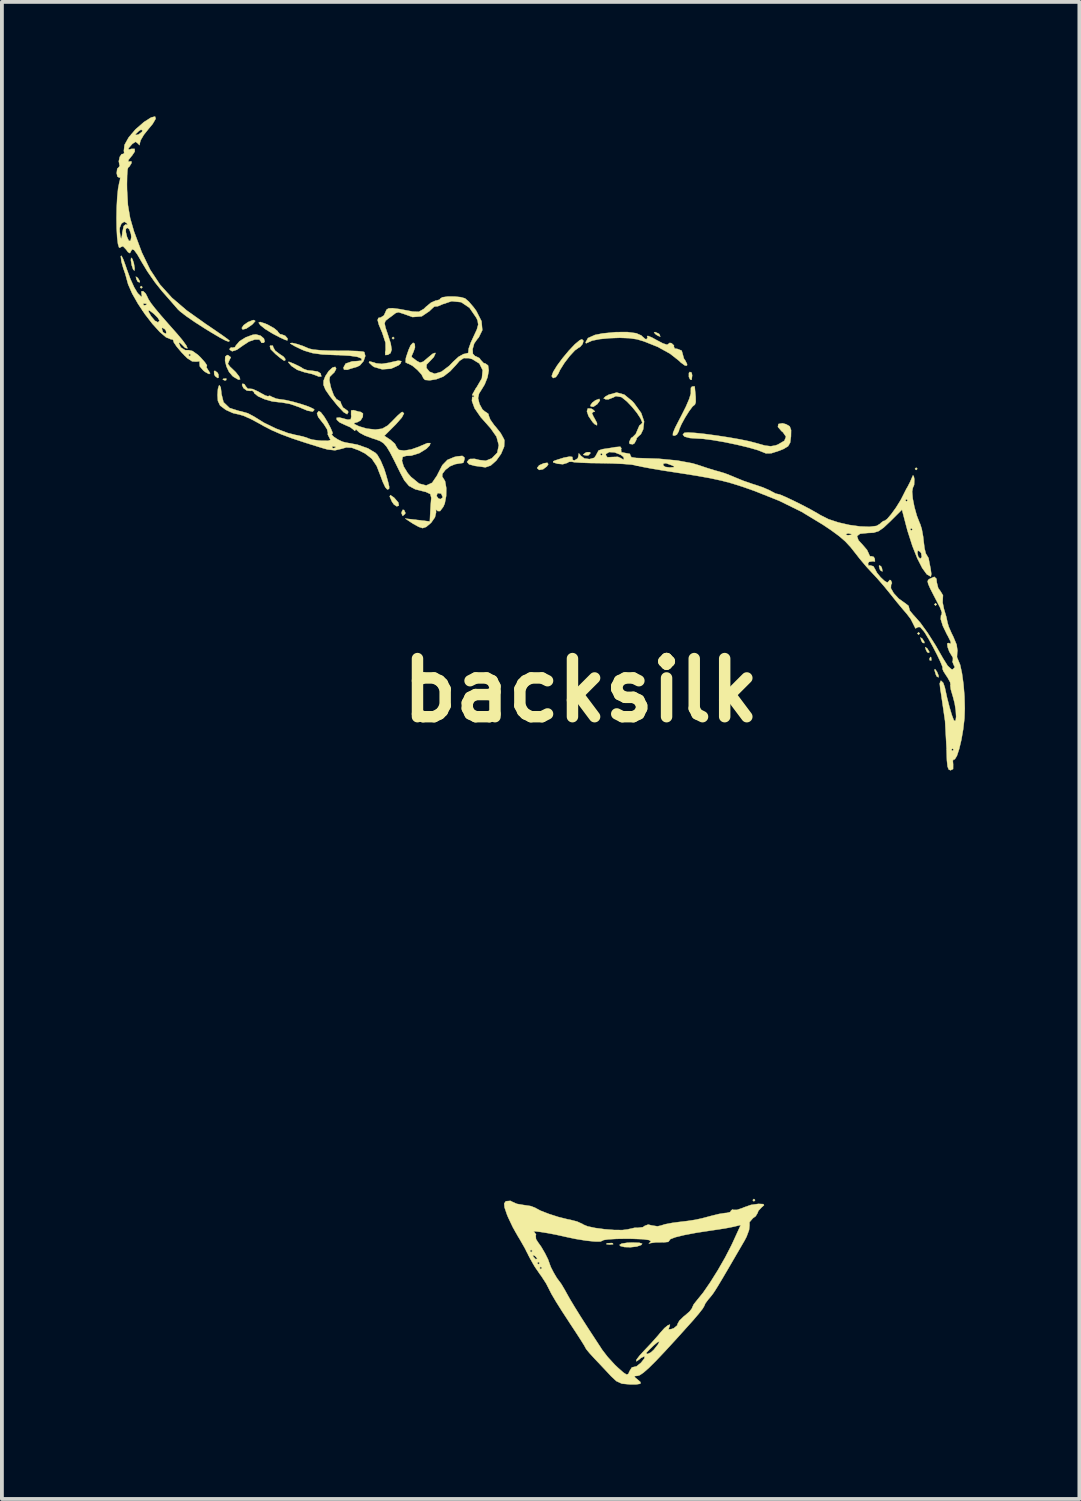
<source format=kicad_pcb>
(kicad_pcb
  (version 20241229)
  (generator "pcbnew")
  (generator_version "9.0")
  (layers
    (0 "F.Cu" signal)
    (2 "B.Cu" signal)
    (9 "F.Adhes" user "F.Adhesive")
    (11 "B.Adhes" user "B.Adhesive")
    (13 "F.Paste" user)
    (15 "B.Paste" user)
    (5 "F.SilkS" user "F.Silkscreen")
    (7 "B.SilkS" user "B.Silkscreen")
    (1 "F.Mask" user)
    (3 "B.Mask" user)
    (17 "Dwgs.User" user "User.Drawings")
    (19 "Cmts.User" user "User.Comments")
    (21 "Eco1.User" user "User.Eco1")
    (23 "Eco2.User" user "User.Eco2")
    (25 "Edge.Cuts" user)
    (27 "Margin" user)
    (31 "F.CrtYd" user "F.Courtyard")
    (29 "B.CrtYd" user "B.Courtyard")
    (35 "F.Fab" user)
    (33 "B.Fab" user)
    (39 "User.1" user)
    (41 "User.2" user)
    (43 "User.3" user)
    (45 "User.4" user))
  (footprint "backsilk"
    (layer "F.Cu")
    (at 12.179 15.054)
    (property "Reference" "backsilk" (at 0 0 0) (layer "F.SilkS") (effects (font (size 1.524 1.524) (thickness 0.3))))
    (attr through_hole)
    (fp_poly (pts (xy -11.493 -10.573) (xy -11.525 -10.541) (xy -11.557 -10.573) (xy -11.525 -10.604) (xy -11.493 -10.573)) (stroke (width 0.01) (type solid)) (fill yes) (layer "F.SilkS"))
    (fp_poly (pts (xy -4.889 -9.239) (xy -4.921 -9.207) (xy -4.953 -9.239) (xy -4.921 -9.271) (xy -4.889 -9.239)) (stroke (width 0.01) (type solid)) (fill yes) (layer "F.SilkS"))
    (fp_poly (pts (xy 4.572 13.367) (xy 4.54 13.399) (xy 4.508 13.367) (xy 4.54 13.335) (xy 4.572 13.367)) (stroke (width 0.01) (type solid)) (fill yes) (layer "F.SilkS"))
    (fp_poly (pts (xy 8.826 -5.81) (xy 8.795 -5.779) (xy 8.763 -5.81) (xy 8.795 -5.842) (xy 8.826 -5.81)) (stroke (width 0.01) (type solid)) (fill yes) (layer "F.SilkS"))
    (fp_poly (pts (xy 8.89 -1.492) (xy 8.858 -1.46) (xy 8.826 -1.492) (xy 8.858 -1.524) (xy 8.89 -1.492)) (stroke (width 0.01) (type solid)) (fill yes) (layer "F.SilkS"))
    (fp_poly (pts (xy 9.335 -2.254) (xy 9.303 -2.223) (xy 9.271 -2.254) (xy 9.303 -2.286) (xy 9.335 -2.254)) (stroke (width 0.01) (type solid)) (fill yes) (layer "F.SilkS"))
    (fp_poly (pts (xy -9.292 -8.17) (xy -9.301 -8.133) (xy -9.335 -8.128) (xy -9.387 -8.151) (xy -9.377 -8.17) (xy -9.301 -8.178) (xy -9.292 -8.17)) (stroke (width 0.01) (type solid)) (fill yes) (layer "F.SilkS"))
    (fp_poly (pts (xy 0.841 14.499) (xy 0.849 14.523) (xy 0.762 14.531) (xy 0.672 14.521) (xy 0.683 14.499) (xy 0.813 14.491) (xy 0.841 14.499)) (stroke (width 0.01) (type solid)) (fill yes) (layer "F.SilkS"))
    (fp_poly (pts (xy 9.186 -0.868) (xy 9.194 -0.792) (xy 9.186 -0.783) (xy 9.149 -0.792) (xy 9.144 -0.826) (xy 9.167 -0.878) (xy 9.186 -0.868)) (stroke (width 0.01) (type solid)) (fill yes) (layer "F.SilkS"))
    (fp_poly (pts (xy -11.621 -10.82) (xy -11.613 -10.812) (xy -11.562 -10.729) (xy -11.569 -10.698) (xy -11.617 -10.717) (xy -11.648 -10.776) (xy -11.668 -10.851) (xy -11.621 -10.82)) (stroke (width 0.01) (type solid)) (fill yes) (layer "F.SilkS"))
    (fp_poly (pts (xy -4.634 -4.73) (xy -4.598 -4.654) (xy -4.606 -4.631) (xy -4.668 -4.575) (xy -4.698 -4.639) (xy -4.699 -4.671) (xy -4.668 -4.736) (xy -4.634 -4.73)) (stroke (width 0.01) (type solid)) (fill yes) (layer "F.SilkS"))
    (fp_poly (pts (xy 2.05 -9.352) (xy 2.064 -9.335) (xy 2.086 -9.277) (xy 2.026 -9.299) (xy 1.968 -9.335) (xy 1.92 -9.385) (xy 1.949 -9.397) (xy 2.05 -9.352)) (stroke (width 0.01) (type solid)) (fill yes) (layer "F.SilkS"))
    (fp_poly (pts (xy 2.908 -8.331) (xy 2.921 -8.259) (xy 2.907 -8.144) (xy 2.869 -8.152) (xy 2.835 -8.221) (xy 2.836 -8.323) (xy 2.86 -8.352) (xy 2.908 -8.331)) (stroke (width 0.01) (type solid)) (fill yes) (layer "F.SilkS"))
    (fp_poly (pts (xy 7.872 -3.256) (xy 7.896 -3.209) (xy 7.912 -3.12) (xy 7.87 -3.137) (xy 7.84 -3.179) (xy 7.82 -3.262) (xy 7.828 -3.277) (xy 7.872 -3.256)) (stroke (width 0.01) (type solid)) (fill yes) (layer "F.SilkS"))
    (fp_poly (pts (xy 8.953 -1.359) (xy 8.961 -1.35) (xy 9.012 -1.267) (xy 9.005 -1.237) (xy 8.957 -1.256) (xy 8.926 -1.315) (xy 8.906 -1.389) (xy 8.953 -1.359)) (stroke (width 0.01) (type solid)) (fill yes) (layer "F.SilkS"))
    (fp_poly (pts (xy 9.08 -1.105) (xy 9.088 -1.096) (xy 9.139 -1.013) (xy 9.132 -0.983) (xy 9.085 -1.002) (xy 9.053 -1.061) (xy 9.033 -1.135) (xy 9.08 -1.105)) (stroke (width 0.01) (type solid)) (fill yes) (layer "F.SilkS"))
    (fp_poly (pts (xy 9.342 -0.487) (xy 9.384 -0.382) (xy 9.38 -0.342) (xy 9.337 -0.364) (xy 9.311 -0.415) (xy 9.275 -0.536) (xy 9.289 -0.56) (xy 9.342 -0.487)) (stroke (width 0.01) (type solid)) (fill yes) (layer "F.SilkS"))
    (fp_poly (pts (xy -11.757 -11.313) (xy -11.72 -11.203) (xy -11.698 -11.07) (xy -11.705 -11.007) (xy -11.738 -11.039) (xy -11.775 -11.149) (xy -11.797 -11.282) (xy -11.79 -11.345) (xy -11.757 -11.313)) (stroke (width 0.01) (type solid)) (fill yes) (layer "F.SilkS"))
    (fp_poly (pts (xy -9.526 -8.332) (xy -9.502 -8.287) (xy -9.497 -8.205) (xy -9.52 -8.191) (xy -9.588 -8.242) (xy -9.611 -8.287) (xy -9.616 -8.369) (xy -9.593 -8.382) (xy -9.526 -8.332)) (stroke (width 0.01) (type solid)) (fill yes) (layer "F.SilkS"))
    (fp_poly (pts (xy 0.254 -6.221) (xy 0.203 -6.166) (xy 0.159 -6.16) (xy 0.074 -6.173) (xy 0.064 -6.184) (xy 0.113 -6.225) (xy 0.159 -6.246) (xy 0.241 -6.247) (xy 0.254 -6.221)) (stroke (width 0.01) (type solid)) (fill yes) (layer "F.SilkS"))
    (fp_poly (pts (xy 0.503 -7.603) (xy 0.432 -7.506) (xy 0.33 -7.437) (xy 0.262 -7.447) (xy 0.254 -7.478) (xy 0.302 -7.545) (xy 0.381 -7.605) (xy 0.484 -7.645) (xy 0.503 -7.603)) (stroke (width 0.01) (type solid)) (fill yes) (layer "F.SilkS"))
    (fp_poly (pts (xy -4.9 -5.058) (xy -4.889 -5.048) (xy -4.785 -4.928) (xy -4.77 -4.847) (xy -4.824 -4.826) (xy -4.899 -4.875) (xy -4.951 -4.949) (xy -5.01 -5.084) (xy -4.993 -5.122) (xy -4.9 -5.058)) (stroke (width 0.01) (type solid)) (fill yes) (layer "F.SilkS"))
    (fp_poly (pts (xy -0.852 -5.932) (xy -0.889 -5.874) (xy -0.989 -5.799) (xy -1.09 -5.781) (xy -1.142 -5.826) (xy -1.143 -5.835) (xy -1.09 -5.903) (xy -0.968 -5.956) (xy -0.876 -5.969) (xy -0.852 -5.932)) (stroke (width 0.01) (type solid)) (fill yes) (layer "F.SilkS"))
    (fp_poly (pts (xy -8.534 -9.686) (xy -8.604 -9.606) (xy -8.627 -9.586) (xy -8.772 -9.487) (xy -8.866 -9.464) (xy -8.89 -9.502) (xy -8.839 -9.578) (xy -8.724 -9.659) (xy -8.601 -9.708) (xy -8.572 -9.711) (xy -8.534 -9.686)) (stroke (width 0.01) (type solid)) (fill yes) (layer "F.SilkS"))
    (fp_poly (pts (xy 1.539 14.486) (xy 1.611 14.509) (xy 1.587 14.541) (xy 1.469 14.583) (xy 1.307 14.601) (xy 1.148 14.597) (xy 1.039 14.57) (xy 1.016 14.541) (xy 1.073 14.506) (xy 1.22 14.484) (xy 1.349 14.479) (xy 1.539 14.486)) (stroke (width 0.01) (type solid)) (fill yes) (layer "F.SilkS"))
    (fp_poly (pts (xy -8.074 -9.039) (xy -8.065 -9) (xy -8.014 -8.908) (xy -7.906 -8.826) (xy -7.79 -8.748) (xy -7.747 -8.689) (xy -7.755 -8.647) (xy -7.794 -8.654) (xy -7.888 -8.724) (xy -7.999 -8.816) (xy -8.133 -8.949) (xy -8.153 -9.029) (xy -8.139 -9.042) (xy -8.074 -9.039)) (stroke (width 0.01) (type solid)) (fill yes) (layer "F.SilkS"))
    (fp_poly (pts (xy 0.273 -7.389) (xy 0.321 -7.363) (xy 0.372 -7.314) (xy 0.332 -7.303) (xy 0.292 -7.273) (xy 0.337 -7.172) (xy 0.356 -7.142) (xy 0.426 -7.01) (xy 0.425 -6.951) (xy 0.362 -6.983) (xy 0.31 -7.037) (xy 0.203 -7.194) (xy 0.161 -7.321) (xy 0.185 -7.394) (xy 0.273 -7.389)) (stroke (width 0.01) (type solid)) (fill yes) (layer "F.SilkS"))
    (fp_poly (pts (xy -4.704 -8.634) (xy -4.727 -8.572) (xy -4.778 -8.525) (xy -4.975 -8.436) (xy -5.208 -8.42) (xy -5.416 -8.48) (xy -5.461 -8.509) (xy -5.555 -8.598) (xy -5.539 -8.628) (xy -5.417 -8.596) (xy -5.366 -8.577) (xy -5.219 -8.562) (xy -5.016 -8.594) (xy -4.969 -8.607) (xy -4.787 -8.647) (xy -4.704 -8.634)) (stroke (width 0.01) (type solid)) (fill yes) (layer "F.SilkS"))
    (fp_poly (pts (xy -9.246 -8.789) (xy -9.177 -8.736) (xy -9.215 -8.658) (xy -9.254 -8.564) (xy -9.2 -8.491) (xy -9.048 -8.346) (xy -8.957 -8.229) (xy -8.931 -8.157) (xy -8.975 -8.147) (xy -9.093 -8.215) (xy -9.13 -8.242) (xy -9.223 -8.351) (xy -9.291 -8.495) (xy -9.327 -8.64) (xy -9.323 -8.751) (xy -9.272 -8.794) (xy -9.246 -8.789)) (stroke (width 0.01) (type solid)) (fill yes) (layer "F.SilkS"))
    (fp_poly (pts (xy -8.277 -9.62) (xy -8.191 -9.581) (xy -8.038 -9.494) (xy -7.948 -9.419) (xy -7.938 -9.397) (xy -7.886 -9.341) (xy -7.846 -9.335) (xy -7.752 -9.3) (xy -7.689 -9.229) (xy -7.693 -9.177) (xy -7.755 -9.194) (xy -7.897 -9.26) (xy -8.08 -9.356) (xy -8.277 -9.477) (xy -8.401 -9.577) (xy -8.447 -9.642) (xy -8.408 -9.661) (xy -8.277 -9.62)) (stroke (width 0.01) (type solid)) (fill yes) (layer "F.SilkS"))
    (fp_poly (pts (xy -7.543 -8.574) (xy -7.524 -8.566) (xy -7.372 -8.494) (xy -7.274 -8.434) (xy -7.274 -8.433) (xy -7.17 -8.395) (xy -7.04 -8.382) (xy -6.897 -8.36) (xy -6.824 -8.314) (xy -6.802 -8.232) (xy -6.871 -8.229) (xy -6.922 -8.252) (xy -7.047 -8.297) (xy -7.225 -8.339) (xy -7.246 -8.343) (xy -7.436 -8.407) (xy -7.586 -8.507) (xy -7.594 -8.516) (xy -7.669 -8.603) (xy -7.657 -8.619) (xy -7.543 -8.574)) (stroke (width 0.01) (type solid)) (fill yes) (layer "F.SilkS"))
    (fp_poly (pts (xy 0.071 -9.168) (xy 0.048 -9.084) (xy -0.018 -9.006) (xy -0.054 -8.988) (xy -0.155 -8.915) (xy -0.29 -8.769) (xy -0.429 -8.587) (xy -0.543 -8.405) (xy -0.591 -8.303) (xy -0.652 -8.217) (xy -0.725 -8.19) (xy -0.762 -8.24) (xy -0.762 -8.243) (xy -0.722 -8.354) (xy -0.618 -8.522) (xy -0.473 -8.717) (xy -0.311 -8.911) (xy -0.155 -9.076) (xy -0.028 -9.182) (xy 0.031 -9.207) (xy 0.071 -9.168)) (stroke (width 0.01) (type solid)) (fill yes) (layer "F.SilkS"))
    (fp_poly (pts (xy -8.398 -9.302) (xy -8.309 -9.228) (xy -8.288 -9.148) (xy -8.315 -9.114) (xy -8.376 -9.116) (xy -8.382 -9.14) (xy -8.43 -9.201) (xy -8.548 -9.201) (xy -8.702 -9.147) (xy -8.852 -9.049) (xy -9.016 -8.933) (xy -9.141 -8.892) (xy -9.204 -8.931) (xy -9.207 -8.957) (xy -9.169 -8.995) (xy -9.144 -8.985) (xy -9.071 -8.999) (xy -9.041 -9.047) (xy -8.947 -9.157) (xy -8.783 -9.259) (xy -8.601 -9.325) (xy -8.52 -9.335) (xy -8.398 -9.302)) (stroke (width 0.01) (type solid)) (fill yes) (layer "F.SilkS"))
    (fp_poly (pts (xy 2.989 -7.957) (xy 2.997 -7.863) (xy 3.012 -7.706) (xy 3.013 -7.699) (xy 3.015 -7.559) (xy 2.993 -7.494) (xy 2.99 -7.493) (xy 2.929 -7.442) (xy 2.835 -7.314) (xy 2.731 -7.147) (xy 2.639 -6.978) (xy 2.581 -6.844) (xy 2.572 -6.8) (xy 2.519 -6.706) (xy 2.457 -6.679) (xy 2.415 -6.689) (xy 2.42 -6.756) (xy 2.478 -6.894) (xy 2.595 -7.122) (xy 2.633 -7.194) (xy 2.756 -7.438) (xy 2.845 -7.646) (xy 2.887 -7.788) (xy 2.886 -7.827) (xy 2.888 -7.934) (xy 2.917 -7.967) (xy 2.981 -7.974) (xy 2.989 -7.957)) (stroke (width 0.01) (type solid)) (fill yes) (layer "F.SilkS"))
    (fp_poly (pts (xy -6.413 -8.435) (xy -6.46 -8.343) (xy -6.519 -8.287) (xy -6.58 -8.225) (xy -6.593 -8.138) (xy -6.562 -7.984) (xy -6.543 -7.915) (xy -6.477 -7.737) (xy -6.404 -7.634) (xy -6.373 -7.62) (xy -6.297 -7.569) (xy -6.287 -7.523) (xy -6.235 -7.417) (xy -6.191 -7.389) (xy -6.107 -7.327) (xy -6.096 -7.296) (xy -6.127 -7.242) (xy -6.22 -7.297) (xy -6.372 -7.46) (xy -6.382 -7.471) (xy -6.575 -7.711) (xy -6.693 -7.882) (xy -6.746 -8.01) (xy -6.744 -8.12) (xy -6.699 -8.237) (xy -6.698 -8.239) (xy -6.609 -8.374) (xy -6.513 -8.463) (xy -6.439 -8.485) (xy -6.413 -8.435)) (stroke (width 0.01) (type solid)) (fill yes) (layer "F.SilkS"))
    (fp_poly (pts (xy 1.141 -7.756) (xy 1.349 -7.586) (xy 1.397 -7.533) (xy 1.584 -7.275) (xy 1.661 -7.051) (xy 1.637 -6.846) (xy 1.576 -6.719) (xy 1.518 -6.668) (xy 1.466 -6.616) (xy 1.46 -6.579) (xy 1.409 -6.481) (xy 1.365 -6.454) (xy 1.283 -6.464) (xy 1.27 -6.513) (xy 1.321 -6.618) (xy 1.36 -6.642) (xy 1.443 -6.725) (xy 1.488 -6.831) (xy 1.539 -6.948) (xy 1.589 -6.985) (xy 1.614 -7.026) (xy 1.568 -7.132) (xy 1.474 -7.276) (xy 1.348 -7.432) (xy 1.212 -7.575) (xy 1.084 -7.679) (xy 1.06 -7.693) (xy 0.919 -7.717) (xy 0.856 -7.683) (xy 0.721 -7.631) (xy 0.654 -7.633) (xy 0.599 -7.659) (xy 0.647 -7.706) (xy 0.734 -7.754) (xy 0.942 -7.811) (xy 1.141 -7.756)) (stroke (width 0.01) (type solid)) (fill yes) (layer "F.SilkS"))
    (fp_poly (pts (xy -8.818 -8.029) (xy -8.79 -7.979) (xy -8.729 -7.908) (xy -8.692 -7.911) (xy -8.606 -7.903) (xy -8.463 -7.839) (xy -8.413 -7.81) (xy -8.277 -7.735) (xy -8.199 -7.711) (xy -8.191 -7.718) (xy -8.152 -7.727) (xy -8.112 -7.703) (xy -7.986 -7.65) (xy -7.893 -7.635) (xy -7.737 -7.613) (xy -7.535 -7.566) (xy -7.323 -7.505) (xy -7.138 -7.442) (xy -7.015 -7.386) (xy -6.985 -7.358) (xy -7.029 -7.311) (xy -7.166 -7.336) (xy -7.398 -7.433) (xy -7.622 -7.511) (xy -7.853 -7.553) (xy -7.896 -7.555) (xy -8.09 -7.578) (xy -8.291 -7.636) (xy -8.461 -7.712) (xy -8.561 -7.792) (xy -8.572 -7.825) (xy -8.619 -7.862) (xy -8.663 -7.853) (xy -8.758 -7.863) (xy -8.846 -7.929) (xy -8.883 -8.01) (xy -8.869 -8.043) (xy -8.818 -8.029)) (stroke (width 0.01) (type solid)) (fill yes) (layer "F.SilkS"))
    (fp_poly (pts (xy -7.443 -9.083) (xy -7.287 -9.032) (xy -7.144 -8.97) (xy -7.134 -8.965) (xy -7.02 -8.938) (xy -6.814 -8.918) (xy -6.547 -8.907) (xy -6.364 -8.906) (xy -6.089 -8.905) (xy -5.864 -8.898) (xy -5.717 -8.884) (xy -5.677 -8.873) (xy -5.65 -8.769) (xy -5.696 -8.635) (xy -5.792 -8.523) (xy -5.867 -8.485) (xy -6.03 -8.438) (xy -6.122 -8.407) (xy -6.208 -8.412) (xy -6.223 -8.464) (xy -6.165 -8.57) (xy -5.998 -8.627) (xy -5.856 -8.636) (xy -5.746 -8.648) (xy -5.748 -8.693) (xy -5.764 -8.71) (xy -5.865 -8.748) (xy -6.07 -8.777) (xy -6.354 -8.793) (xy -6.428 -8.794) (xy -6.774 -8.809) (xy -7.034 -8.845) (xy -7.248 -8.909) (xy -7.318 -8.939) (xy -7.488 -9.02) (xy -7.598 -9.083) (xy -7.62 -9.104) (xy -7.568 -9.112) (xy -7.443 -9.083)) (stroke (width 0.01) (type solid)) (fill yes) (layer "F.SilkS"))
    (fp_poly (pts (xy 5.385 -6.979) (xy 5.479 -6.924) (xy 5.515 -6.827) (xy 5.512 -6.66) (xy 5.491 -6.498) (xy 5.436 -6.402) (xy 5.313 -6.329) (xy 5.204 -6.285) (xy 4.996 -6.218) (xy 4.856 -6.215) (xy 4.794 -6.24) (xy 4.641 -6.301) (xy 4.396 -6.371) (xy 4.096 -6.443) (xy 3.775 -6.51) (xy 3.467 -6.563) (xy 3.208 -6.597) (xy 3.078 -6.604) (xy 2.861 -6.618) (xy 2.721 -6.655) (xy 2.676 -6.708) (xy 2.716 -6.754) (xy 2.808 -6.763) (xy 2.996 -6.752) (xy 3.253 -6.725) (xy 3.552 -6.685) (xy 3.865 -6.637) (xy 4.164 -6.585) (xy 4.421 -6.532) (xy 4.6 -6.485) (xy 4.827 -6.421) (xy 4.981 -6.402) (xy 5.107 -6.424) (xy 5.17 -6.447) (xy 5.339 -6.546) (xy 5.382 -6.652) (xy 5.302 -6.769) (xy 5.263 -6.8) (xy 5.169 -6.91) (xy 5.183 -6.986) (xy 5.29 -7.005) (xy 5.385 -6.979)) (stroke (width 0.01) (type solid)) (fill yes) (layer "F.SilkS"))
    (fp_poly (pts (xy 1.454 -9.366) (xy 1.59 -9.306) (xy 1.607 -9.287) (xy 1.691 -9.215) (xy 1.721 -9.207) (xy 1.753 -9.248) (xy 1.738 -9.284) (xy 1.76 -9.297) (xy 1.865 -9.254) (xy 1.989 -9.186) (xy 2.151 -9.101) (xy 2.259 -9.065) (xy 2.286 -9.076) (xy 2.332 -9.113) (xy 2.381 -9.104) (xy 2.445 -9.044) (xy 2.441 -9.01) (xy 2.464 -8.965) (xy 2.536 -8.954) (xy 2.646 -8.91) (xy 2.667 -8.839) (xy 2.704 -8.702) (xy 2.738 -8.654) (xy 2.788 -8.556) (xy 2.785 -8.519) (xy 2.733 -8.519) (xy 2.626 -8.596) (xy 2.572 -8.648) (xy 2.336 -8.833) (xy 2.016 -9.009) (xy 1.656 -9.153) (xy 1.475 -9.207) (xy 1.276 -9.236) (xy 1.021 -9.246) (xy 0.747 -9.236) (xy 0.493 -9.211) (xy 0.298 -9.172) (xy 0.208 -9.132) (xy 0.138 -9.101) (xy 0.127 -9.128) (xy 0.189 -9.239) (xy 0.372 -9.321) (xy 0.572 -9.361) (xy 0.921 -9.395) (xy 1.222 -9.397) (xy 1.454 -9.366)) (stroke (width 0.01) (type solid)) (fill yes) (layer "F.SilkS"))
    (fp_poly (pts (xy -9.441 -7.945) (xy -9.424 -7.808) (xy -9.423 -7.778) (xy -9.368 -7.558) (xy -9.209 -7.405) (xy -8.954 -7.325) (xy -8.926 -7.322) (xy -8.73 -7.267) (xy -8.565 -7.179) (xy -8.304 -7.017) (xy -7.991 -6.865) (xy -7.681 -6.749) (xy -7.477 -6.698) (xy -7.295 -6.66) (xy -7.166 -6.619) (xy -7.144 -6.607) (xy -7.045 -6.576) (xy -6.873 -6.553) (xy -6.795 -6.547) (xy -6.624 -6.546) (xy -6.562 -6.568) (xy -6.583 -6.608) (xy -6.634 -6.711) (xy -6.63 -6.755) (xy -6.651 -6.845) (xy -6.735 -6.978) (xy -6.762 -7.011) (xy -6.884 -7.168) (xy -6.917 -7.265) (xy -6.871 -7.326) (xy -6.816 -7.293) (xy -6.725 -7.174) (xy -6.646 -7.044) (xy -6.557 -6.875) (xy -6.51 -6.762) (xy -6.51 -6.731) (xy -6.533 -6.707) (xy -6.475 -6.649) (xy -6.371 -6.58) (xy -6.252 -6.523) (xy -6.169 -6.501) (xy -5.855 -6.443) (xy -5.581 -6.347) (xy -5.382 -6.227) (xy -5.335 -6.178) (xy -5.247 -6.027) (xy -5.157 -5.814) (xy -5.115 -5.685) (xy -5.053 -5.466) (xy -5.024 -5.342) (xy -5.027 -5.286) (xy -5.059 -5.271) (xy -5.075 -5.271) (xy -5.125 -5.326) (xy -5.192 -5.468) (xy -5.242 -5.604) (xy -5.351 -5.885) (xy -5.479 -6.076) (xy -5.658 -6.214) (xy -5.816 -6.294) (xy -6.005 -6.364) (xy -6.148 -6.372) (xy -6.271 -6.336) (xy -6.445 -6.296) (xy -6.636 -6.317) (xy -6.742 -6.346) (xy -6.892 -6.392) (xy -6.519 -6.392) (xy -6.511 -6.355) (xy -6.477 -6.35) (xy -6.425 -6.373) (xy -6.435 -6.392) (xy -6.51 -6.4) (xy -6.519 -6.392) (xy -6.892 -6.392) (xy -7.204 -6.489) (xy -7.567 -6.609) (xy -7.857 -6.717) (xy -8.097 -6.821) (xy -8.312 -6.931) (xy -8.407 -6.986) (xy -8.631 -7.107) (xy -8.828 -7.196) (xy -8.962 -7.238) (xy -8.976 -7.239) (xy -9.12 -7.272) (xy -9.295 -7.351) (xy -9.319 -7.365) (xy -9.457 -7.469) (xy -9.515 -7.591) (xy -9.525 -7.746) (xy -9.514 -7.906) (xy -9.486 -7.994) (xy -9.474 -8.001) (xy -9.441 -7.945)) (stroke (width 0.01) (type solid)) (fill yes) (layer "F.SilkS"))
    (fp_poly (pts (xy -11.997 -11.304) (xy -11.932 -11.127) (xy -11.904 -11.044) (xy -11.812 -10.792) (xy -11.711 -10.57) (xy -11.622 -10.421) (xy -11.611 -10.409) (xy -11.524 -10.323) (xy -11.506 -10.341) (xy -11.513 -10.366) (xy -11.523 -10.46) (xy -11.478 -10.471) (xy -11.411 -10.408) (xy -11.372 -10.333) (xy -11.335 -10.254) (xy -11.272 -10.157) (xy -11.17 -10.025) (xy -11.018 -9.843) (xy -10.801 -9.595) (xy -10.584 -9.35) (xy -10.44 -9.178) (xy -10.343 -9.043) (xy -10.313 -8.971) (xy -10.315 -8.968) (xy -10.375 -8.983) (xy -10.444 -9.053) (xy -10.514 -9.12) (xy -10.539 -9.104) (xy -10.489 -8.994) (xy -10.374 -8.922) (xy -10.277 -8.922) (xy -10.182 -8.9) (xy -10.042 -8.801) (xy -9.971 -8.733) (xy -9.857 -8.605) (xy -9.802 -8.524) (xy -9.806 -8.509) (xy -9.815 -8.47) (xy -9.778 -8.412) (xy -9.718 -8.316) (xy -9.747 -8.295) (xy -9.85 -8.351) (xy -9.895 -8.386) (xy -9.99 -8.497) (xy -9.996 -8.581) (xy -9.996 -8.631) (xy -10.083 -8.621) (xy -10.19 -8.628) (xy -10.319 -8.712) (xy -10.401 -8.795) (xy -10.287 -8.795) (xy -10.255 -8.763) (xy -10.223 -8.795) (xy -10.255 -8.826) (xy -10.287 -8.795) (xy -10.401 -8.795) (xy -10.467 -8.862) (xy -10.595 -9.014) (xy -10.672 -9.128) (xy -10.682 -9.172) (xy -10.701 -9.202) (xy -10.748 -9.207) (xy -10.876 -9.26) (xy -11.043 -9.403) (xy -11.117 -9.485) (xy -10.986 -9.485) (xy -10.954 -9.392) (xy -10.891 -9.355) (xy -10.868 -9.367) (xy -10.877 -9.433) (xy -10.91 -9.475) (xy -10.974 -9.511) (xy -10.986 -9.485) (xy -11.117 -9.485) (xy -11.233 -9.613) (xy -11.428 -9.865) (xy -11.498 -9.97) (xy -11.337 -9.97) (xy -11.33 -9.924) (xy -11.268 -9.815) (xy -11.265 -9.811) (xy -11.167 -9.693) (xy -11.085 -9.65) (xy -11.049 -9.695) (xy -11.049 -9.701) (xy -11.093 -9.773) (xy -11.19 -9.871) (xy -11.292 -9.95) (xy -11.337 -9.97) (xy -11.498 -9.97) (xy -11.61 -10.138) (xy -11.611 -10.139) (xy -11.472 -10.139) (xy -11.464 -10.101) (xy -11.43 -10.097) (xy -11.378 -10.12) (xy -11.388 -10.139) (xy -11.463 -10.146) (xy -11.472 -10.139) (xy -11.611 -10.139) (xy -11.763 -10.406) (xy -11.869 -10.648) (xy -11.901 -10.763) (xy -11.943 -10.918) (xy -11.996 -11.069) (xy -12.046 -11.248) (xy -12.062 -11.387) (xy -12.044 -11.397) (xy -11.997 -11.304)) (stroke (width 0.01) (type solid)) (fill yes) (layer "F.SilkS"))
    (fp_poly (pts (xy -5.938 -7.343) (xy -5.815 -7.308) (xy -5.773 -7.303) (xy -5.711 -7.262) (xy -5.716 -7.172) (xy -5.774 -7.079) (xy -5.858 -7.033) (xy -5.945 -7.011) (xy -5.932 -6.981) (xy -5.81 -6.923) (xy -5.611 -6.865) (xy -5.39 -6.84) (xy -5.382 -6.84) (xy -5.206 -6.863) (xy -5.059 -6.948) (xy -4.933 -7.072) (xy -4.802 -7.206) (xy -4.706 -7.289) (xy -4.679 -7.303) (xy -4.635 -7.265) (xy -4.692 -7.156) (xy -4.848 -6.978) (xy -4.893 -6.933) (xy -5.151 -6.675) (xy -4.988 -6.569) (xy -4.873 -6.467) (xy -4.826 -6.374) (xy -4.773 -6.307) (xy -4.636 -6.288) (xy -4.446 -6.318) (xy -4.234 -6.393) (xy -4.188 -6.415) (xy -4.021 -6.485) (xy -3.943 -6.485) (xy -3.963 -6.422) (xy -4.048 -6.336) (xy -4.232 -6.222) (xy -4.446 -6.156) (xy -4.58 -6.15) (xy -4.67 -6.122) (xy -4.689 -6.02) (xy -4.643 -5.87) (xy -4.538 -5.698) (xy -4.453 -5.599) (xy -4.239 -5.424) (xy -4.054 -5.373) (xy -3.898 -5.444) (xy -3.766 -5.639) (xy -3.751 -5.673) (xy -3.631 -5.905) (xy -3.497 -6.044) (xy -3.315 -6.12) (xy -3.248 -6.135) (xy -3.107 -6.15) (xy -3.052 -6.11) (xy -3.048 -6.072) (xy -3.072 -5.98) (xy -3.096 -5.964) (xy -3.19 -5.95) (xy -3.295 -5.932) (xy -3.429 -5.877) (xy -3.55 -5.783) (xy -3.628 -5.68) (xy -3.634 -5.601) (xy -3.62 -5.588) (xy -3.558 -5.486) (xy -3.527 -5.307) (xy -3.53 -5.098) (xy -3.566 -4.904) (xy -3.604 -4.816) (xy -3.689 -4.703) (xy -3.751 -4.702) (xy -3.763 -4.716) (xy -3.799 -4.741) (xy -3.794 -4.667) (xy -3.824 -4.539) (xy -3.924 -4.396) (xy -4.053 -4.287) (xy -4.147 -4.255) (xy -4.247 -4.288) (xy -4.393 -4.368) (xy -4.413 -4.381) (xy -4.603 -4.506) (xy -3.958 -4.43) (xy -3.946 -4.676) (xy -3.934 -4.872) (xy -3.921 -5.032) (xy -3.919 -5.048) (xy -3.933 -5.101) (xy -3.783 -5.101) (xy -3.732 -5.032) (xy -3.679 -5.016) (xy -3.621 -5.059) (xy -3.619 -5.069) (xy -3.661 -5.161) (xy -3.747 -5.174) (xy -3.756 -5.169) (xy -3.783 -5.101) (xy -3.933 -5.101) (xy -3.944 -5.149) (xy -4.066 -5.206) (xy -4.096 -5.212) (xy -4.341 -5.274) (xy -4.504 -5.362) (xy -4.626 -5.507) (xy -4.732 -5.705) (xy -4.887 -6.02) (xy -5.001 -6.241) (xy -5.09 -6.388) (xy -5.17 -6.48) (xy -5.256 -6.537) (xy -5.365 -6.579) (xy -5.462 -6.609) (xy -5.657 -6.681) (xy -5.802 -6.758) (xy -5.846 -6.799) (xy -5.895 -6.846) (xy -5.905 -6.826) (xy -5.931 -6.806) (xy -5.954 -6.833) (xy -6.044 -6.901) (xy -6.187 -6.964) (xy -6.322 -7.027) (xy -6.398 -7.097) (xy -6.403 -7.148) (xy -6.325 -7.155) (xy -6.278 -7.143) (xy -6.109 -7.099) (xy -6.031 -7.109) (xy -6.017 -7.183) (xy -6.022 -7.232) (xy -6.021 -7.339) (xy -5.959 -7.35) (xy -5.938 -7.343)) (stroke (width 0.01) (type solid)) (fill yes) (layer "F.SilkS"))
    (fp_poly (pts (xy -11.147 -14.99) (xy -11.226 -14.854) (xy -11.33 -14.729) (xy -11.459 -14.567) (xy -11.542 -14.425) (xy -11.558 -14.367) (xy -11.571 -14.297) (xy -11.612 -14.34) (xy -11.671 -14.387) (xy -11.754 -14.335) (xy -11.77 -14.319) (xy -11.862 -14.214) (xy -11.851 -14.181) (xy -11.779 -14.201) (xy -11.699 -14.201) (xy -11.695 -14.131) (xy -11.768 -14.022) (xy -11.779 -14.011) (xy -11.857 -13.914) (xy -11.869 -13.859) (xy -11.812 -13.874) (xy -11.776 -13.864) (xy -11.787 -13.815) (xy -11.842 -13.729) (xy -11.867 -13.716) (xy -11.885 -13.657) (xy -11.896 -13.499) (xy -11.9 -13.271) (xy -11.898 -13.129) (xy -11.875 -12.728) (xy -11.816 -12.382) (xy -11.715 -12.033) (xy -11.51 -11.485) (xy -11.291 -11.031) (xy -11.036 -10.644) (xy -10.723 -10.297) (xy -10.332 -9.963) (xy -9.842 -9.614) (xy -9.842 -9.614) (xy -9.597 -9.448) (xy -9.396 -9.309) (xy -9.259 -9.21) (xy -9.208 -9.167) (xy -9.207 -9.167) (xy -9.23 -9.146) (xy -9.306 -9.17) (xy -9.45 -9.245) (xy -9.676 -9.378) (xy -9.874 -9.5) (xy -10.125 -9.661) (xy -10.345 -9.813) (xy -10.504 -9.936) (xy -10.563 -9.991) (xy -10.665 -10.109) (xy -10.817 -10.283) (xy -10.975 -10.462) (xy -11.164 -10.699) (xy -11.362 -10.984) (xy -11.506 -11.222) (xy -11.63 -11.436) (xy -11.712 -11.547) (xy -11.763 -11.567) (xy -11.784 -11.536) (xy -11.823 -11.465) (xy -11.872 -11.493) (xy -11.922 -11.561) (xy -12.005 -11.648) (xy -12.063 -11.624) (xy -12.067 -11.617) (xy -12.105 -11.609) (xy -12.135 -11.704) (xy -12.157 -11.88) (xy -12.166 -12.05) (xy -12.092 -12.05) (xy -12.069 -11.885) (xy -12.049 -11.847) (xy -12.029 -11.933) (xy -12.019 -12.019) (xy -12 -12.106) (xy -11.929 -12.106) (xy -11.929 -12.019) (xy -11.898 -11.891) (xy -11.849 -11.787) (xy -11.804 -11.792) (xy -11.786 -11.888) (xy -11.795 -11.968) (xy -11.837 -12.088) (xy -11.882 -12.129) (xy -11.929 -12.106) (xy -12 -12.106) (xy -11.986 -12.176) (xy -11.934 -12.22) (xy -11.924 -12.215) (xy -11.885 -12.211) (xy -11.902 -12.249) (xy -11.973 -12.29) (xy -12.046 -12.24) (xy -12.09 -12.128) (xy -12.092 -12.05) (xy -12.166 -12.05) (xy -12.17 -12.113) (xy -12.174 -12.381) (xy -12.169 -12.66) (xy -12.155 -12.927) (xy -12.132 -13.159) (xy -12.098 -13.333) (xy -12.085 -13.375) (xy -12.076 -13.448) (xy -12.102 -13.447) (xy -12.149 -13.472) (xy -12.169 -13.563) (xy -12.155 -13.679) (xy -12.118 -13.716) (xy -12.087 -13.755) (xy -12.097 -13.78) (xy -12.114 -13.876) (xy -12.089 -13.989) (xy -12.04 -14.063) (xy -12.003 -14.066) (xy -11.973 -14.088) (xy -11.981 -14.153) (xy -11.963 -14.306) (xy -11.855 -14.5) (xy -11.798 -14.567) (xy -11.684 -14.567) (xy -11.636 -14.567) (xy -11.589 -14.582) (xy -11.505 -14.649) (xy -11.493 -14.683) (xy -11.531 -14.704) (xy -11.589 -14.668) (xy -11.668 -14.593) (xy -11.684 -14.567) (xy -11.798 -14.567) (xy -11.677 -14.71) (xy -11.454 -14.904) (xy -11.267 -15.023) (xy -11.163 -15.049) (xy -11.147 -14.99)) (stroke (width 0.01) (type solid)) (fill yes) (layer "F.SilkS"))
    (fp_poly (pts (xy -3.148 -10.312) (xy -3.035 -10.28) (xy -2.936 -10.195) (xy -2.808 -10.045) (xy -2.74 -9.952) (xy -2.603 -9.682) (xy -2.582 -9.446) (xy -2.678 -9.251) (xy -2.709 -9.219) (xy -2.795 -9.096) (xy -2.836 -8.95) (xy -2.829 -8.825) (xy -2.769 -8.764) (xy -2.756 -8.763) (xy -2.654 -8.712) (xy -2.626 -8.668) (xy -2.547 -8.583) (xy -2.501 -8.572) (xy -2.431 -8.521) (xy -2.413 -8.39) (xy -2.444 -8.213) (xy -2.519 -8.025) (xy -2.571 -7.938) (xy -2.668 -7.782) (xy -2.694 -7.665) (xy -2.661 -7.53) (xy -2.653 -7.506) (xy -2.579 -7.369) (xy -2.502 -7.303) (xy -2.494 -7.303) (xy -2.423 -7.251) (xy -2.413 -7.204) (xy -2.372 -7.099) (xy -2.27 -6.955) (xy -2.226 -6.905) (xy -2.098 -6.743) (xy -2.013 -6.588) (xy -2.002 -6.555) (xy -2.01 -6.391) (xy -2.09 -6.203) (xy -2.215 -6.027) (xy -2.36 -5.898) (xy -2.499 -5.85) (xy -2.52 -5.852) (xy -2.614 -5.866) (xy -2.771 -5.887) (xy -2.778 -5.888) (xy -2.929 -5.929) (xy -2.984 -5.991) (xy -2.93 -6.056) (xy -2.901 -6.069) (xy -2.781 -6.072) (xy -2.663 -6.042) (xy -2.49 -6.022) (xy -2.334 -6.085) (xy -2.19 -6.232) (xy -2.149 -6.429) (xy -2.209 -6.652) (xy -2.365 -6.874) (xy -2.623 -7.165) (xy -2.784 -7.398) (xy -2.854 -7.591) (xy -2.845 -7.703) (xy -2.826 -7.684) (xy -2.794 -7.715) (xy -2.826 -7.747) (xy -2.843 -7.73) (xy -2.841 -7.761) (xy -2.749 -7.926) (xy -2.727 -7.954) (xy -2.593 -8.184) (xy -2.572 -8.397) (xy -2.659 -8.572) (xy -2.847 -8.688) (xy -2.937 -8.712) (xy -3.068 -8.714) (xy -3.178 -8.643) (xy -3.273 -8.532) (xy -3.425 -8.369) (xy -3.591 -8.239) (xy -3.62 -8.223) (xy -3.79 -8.159) (xy -3.959 -8.131) (xy -4.084 -8.142) (xy -4.128 -8.189) (xy -4.174 -8.283) (xy -4.284 -8.404) (xy -4.416 -8.514) (xy -4.525 -8.571) (xy -4.539 -8.572) (xy -4.594 -8.603) (xy -4.586 -8.712) (xy -4.573 -8.758) (xy -4.514 -8.931) (xy -4.46 -9.052) (xy -4.396 -9.117) (xy -4.354 -9.088) (xy -4.347 -8.996) (xy -4.384 -8.886) (xy -4.431 -8.779) (xy -4.434 -8.74) (xy -4.373 -8.696) (xy -4.3 -8.64) (xy -4.215 -8.595) (xy -4.131 -8.62) (xy -4.005 -8.727) (xy -3.998 -8.733) (xy -3.884 -8.827) (xy -3.817 -8.852) (xy -3.81 -8.838) (xy -3.854 -8.742) (xy -3.937 -8.653) (xy -4.043 -8.543) (xy -4.046 -8.454) (xy -3.967 -8.357) (xy -3.831 -8.303) (xy -3.653 -8.357) (xy -3.447 -8.513) (xy -3.344 -8.62) (xy -3.203 -8.749) (xy -3.072 -8.821) (xy -3.038 -8.826) (xy -2.952 -8.849) (xy -2.947 -8.881) (xy -2.939 -8.963) (xy -2.884 -9.119) (xy -2.816 -9.267) (xy -2.725 -9.463) (xy -2.689 -9.592) (xy -2.704 -9.695) (xy -2.736 -9.768) (xy -2.918 -10.033) (xy -3.136 -10.18) (xy -3.384 -10.206) (xy -3.623 -10.127) (xy -3.748 -10.073) (xy -3.809 -10.068) (xy -3.81 -10.072) (xy -3.847 -10.06) (xy -3.939 -9.975) (xy -3.966 -9.947) (xy -4.17 -9.809) (xy -4.41 -9.79) (xy -4.631 -9.869) (xy -4.779 -9.917) (xy -4.853 -9.896) (xy -4.958 -9.815) (xy -5.048 -9.75) (xy -5.12 -9.692) (xy -5.144 -9.626) (xy -5.121 -9.514) (xy -5.064 -9.347) (xy -4.984 -9.097) (xy -4.959 -8.937) (xy -4.988 -8.845) (xy -5.055 -8.801) (xy -5.125 -8.794) (xy -5.129 -8.871) (xy -5.117 -8.924) (xy -5.12 -9.117) (xy -5.203 -9.371) (xy -5.205 -9.377) (xy -5.294 -9.589) (xy -5.327 -9.711) (xy -5.307 -9.767) (xy -5.246 -9.779) (xy -5.162 -9.832) (xy -5.123 -9.915) (xy -5.095 -9.981) (xy -5.041 -10.017) (xy -4.936 -10.023) (xy -4.758 -10) (xy -4.484 -9.949) (xy -4.409 -9.934) (xy -4.248 -9.928) (xy -4.116 -10.003) (xy -4.06 -10.058) (xy -3.925 -10.169) (xy -3.804 -10.222) (xy -3.794 -10.222) (xy -3.7 -10.247) (xy -3.683 -10.275) (xy -3.627 -10.309) (xy -3.49 -10.328) (xy -3.316 -10.329) (xy -3.148 -10.312)) (stroke (width 0.01) (type solid)) (fill yes) (layer "F.SilkS"))
    (fp_poly (pts (xy -1.793 13.412) (xy -1.675 13.464) (xy -1.501 13.494) (xy -1.491 13.495) (xy -1.318 13.521) (xy -1.196 13.566) (xy -1.192 13.57) (xy -1.053 13.644) (xy -0.836 13.728) (xy -0.584 13.809) (xy -0.343 13.869) (xy -0.286 13.879) (xy -0.098 13.927) (xy 0.044 13.991) (xy 0.064 14.006) (xy 0.177 14.053) (xy 0.377 14.096) (xy 0.623 14.129) (xy 0.875 14.149) (xy 1.094 14.151) (xy 1.239 14.132) (xy 1.25 14.128) (xy 1.411 14.092) (xy 1.502 14.091) (xy 1.629 14.075) (xy 1.679 14.04) (xy 1.768 14.007) (xy 1.863 14.03) (xy 2.012 14.053) (xy 2.099 14.034) (xy 2.21 13.999) (xy 2.4 13.963) (xy 2.549 13.943) (xy 2.814 13.911) (xy 3.008 13.881) (xy 3.185 13.842) (xy 3.4 13.785) (xy 3.429 13.777) (xy 3.626 13.729) (xy 3.785 13.704) (xy 3.826 13.702) (xy 3.92 13.678) (xy 3.937 13.645) (xy 3.976 13.611) (xy 4.001 13.621) (xy 4.096 13.622) (xy 4.244 13.572) (xy 4.265 13.561) (xy 4.465 13.491) (xy 4.661 13.464) (xy 4.789 13.471) (xy 4.805 13.5) (xy 4.747 13.55) (xy 4.657 13.647) (xy 4.636 13.705) (xy 4.586 13.788) (xy 4.514 13.84) (xy 4.424 13.945) (xy 4.425 14.026) (xy 4.413 14.149) (xy 4.347 14.326) (xy 4.296 14.424) (xy 4.051 14.845) (xy 3.862 15.17) (xy 3.718 15.415) (xy 3.612 15.592) (xy 3.535 15.717) (xy 3.478 15.804) (xy 3.431 15.867) (xy 3.387 15.92) (xy 3.35 15.963) (xy 3.266 16.075) (xy 3.239 16.14) (xy 3.199 16.209) (xy 3.094 16.344) (xy 2.945 16.519) (xy 2.911 16.557) (xy 2.526 16.985) (xy 2.214 17.325) (xy 1.969 17.584) (xy 1.781 17.77) (xy 1.643 17.891) (xy 1.547 17.956) (xy 1.493 17.973) (xy 1.405 17.981) (xy 1.429 18.022) (xy 1.476 18.059) (xy 1.566 18.138) (xy 1.562 18.181) (xy 1.454 18.198) (xy 1.288 18.198) (xy 1.079 18.179) (xy 0.933 18.112) (xy 0.796 17.984) (xy 0.632 17.808) (xy 0.442 17.607) (xy 0.365 17.526) (xy 0.233 17.382) (xy 0.147 17.278) (xy 0.127 17.245) (xy 0.094 17.183) (xy 0.003 17.037) (xy -0.132 16.828) (xy -0.298 16.576) (xy -0.319 16.543) (xy -0.496 16.272) (xy -0.651 16.025) (xy -0.767 15.828) (xy -0.828 15.709) (xy -0.829 15.706) (xy -0.909 15.55) (xy -1.03 15.364) (xy -1.07 15.31) (xy -1.183 15.145) (xy -1.079 15.145) (xy -1.048 15.177) (xy -1.016 15.145) (xy -1.048 15.113) (xy -1.079 15.145) (xy -1.183 15.145) (xy -1.213 15.101) (xy -1.26 15.018) (xy -1.143 15.018) (xy -1.111 15.05) (xy -1.079 15.018) (xy -1.111 14.986) (xy -1.143 15.018) (xy -1.26 15.018) (xy -1.341 14.875) (xy -1.361 14.833) (xy -1.371 14.814) (xy -1.26 14.814) (xy -1.244 14.849) (xy -1.18 14.917) (xy -1.144 14.903) (xy -1.143 14.894) (xy -1.188 14.841) (xy -1.216 14.821) (xy -1.26 14.814) (xy -1.371 14.814) (xy -1.429 14.7) (xy -1.333 14.7) (xy -1.302 14.732) (xy -1.27 14.7) (xy -1.302 14.668) (xy -1.333 14.7) (xy -1.429 14.7) (xy -1.469 14.621) (xy -1.603 14.387) (xy -1.649 14.312) (xy -1.719 14.188) (xy -1.242 14.188) (xy -1.222 14.202) (xy -1.172 14.267) (xy -1.181 14.297) (xy -1.174 14.388) (xy -1.125 14.466) (xy -1.038 14.588) (xy -0.94 14.756) (xy -0.858 14.92) (xy -0.819 15.03) (xy -0.818 15.033) (xy -0.784 15.124) (xy -0.71 15.268) (xy -0.627 15.408) (xy -0.565 15.492) (xy -0.562 15.494) (xy -0.511 15.564) (xy -0.425 15.709) (xy -0.368 15.812) (xy -0.278 15.972) (xy -0.157 16.173) (xy 0.004 16.432) (xy 0.216 16.762) (xy 0.488 17.178) (xy 0.56 17.289) (xy 0.706 17.479) (xy 0.891 17.681) (xy 0.973 17.759) (xy 1.12 17.889) (xy 1.202 17.941) (xy 1.247 17.924) (xy 1.28 17.849) (xy 1.339 17.754) (xy 1.387 17.742) (xy 1.463 17.724) (xy 1.575 17.634) (xy 1.589 17.619) (xy 1.669 17.516) (xy 1.674 17.464) (xy 1.666 17.462) (xy 1.569 17.509) (xy 1.556 17.526) (xy 1.473 17.587) (xy 1.454 17.59) (xy 1.462 17.549) (xy 1.542 17.444) (xy 1.602 17.379) (xy 1.714 17.379) (xy 1.753 17.402) (xy 1.841 17.358) (xy 1.917 17.288) (xy 2.028 17.146) (xy 2.061 17.076) (xy 2.017 17.088) (xy 1.915 17.173) (xy 1.793 17.291) (xy 1.722 17.367) (xy 1.714 17.379) (xy 1.602 17.379) (xy 1.664 17.311) (xy 1.843 17.122) (xy 2.011 16.933) (xy 2.093 16.835) (xy 2.196 16.721) (xy 2.286 16.648) (xy 2.339 16.63) (xy 2.329 16.681) (xy 2.318 16.701) (xy 2.301 16.757) (xy 2.372 16.749) (xy 2.44 16.725) (xy 2.527 16.653) (xy 2.54 16.61) (xy 2.587 16.526) (xy 2.703 16.414) (xy 2.731 16.393) (xy 2.855 16.285) (xy 2.919 16.199) (xy 2.921 16.188) (xy 2.961 16.1) (xy 3.054 15.983) (xy 3.208 15.794) (xy 3.395 15.522) (xy 3.595 15.203) (xy 3.786 14.87) (xy 3.948 14.556) (xy 3.981 14.486) (xy 4.195 14.018) (xy 4.018 14.061) (xy 3.861 14.093) (xy 3.633 14.131) (xy 3.429 14.161) (xy 3.034 14.221) (xy 2.713 14.282) (xy 2.48 14.339) (xy 2.347 14.39) (xy 2.324 14.425) (xy 2.294 14.461) (xy 2.174 14.473) (xy 2.148 14.472) (xy 1.972 14.473) (xy 1.843 14.491) (xy 1.841 14.491) (xy 1.783 14.504) (xy 1.794 14.494) (xy 1.843 14.447) (xy 1.791 14.413) (xy 1.629 14.391) (xy 1.351 14.38) (xy 1.206 14.378) (xy 0.94 14.382) (xy 0.728 14.394) (xy 0.599 14.413) (xy 0.572 14.428) (xy 0.514 14.453) (xy 0.359 14.451) (xy 0.133 14.427) (xy -0.138 14.383) (xy -0.427 14.322) (xy -0.445 14.317) (xy -0.655 14.271) (xy -0.866 14.231) (xy -1.053 14.201) (xy -1.187 14.185) (xy -1.242 14.188) (xy -1.719 14.188) (xy -1.782 14.076) (xy -1.905 13.817) (xy -1.935 13.744) (xy -1.998 13.559) (xy -2.008 13.455) (xy -1.968 13.399) (xy -1.963 13.395) (xy -1.843 13.385) (xy -1.793 13.412)) (stroke (width 0.01) (type solid)) (fill yes) (layer "F.SilkS"))
    (fp_poly (pts (xy 1.065 -6.348) (xy 1.056 -6.318) (xy 1.064 -6.245) (xy 1.177 -6.223) (xy 1.18 -6.223) (xy 1.287 -6.203) (xy 1.302 -6.16) (xy 1.328 -6.115) (xy 1.454 -6.095) (xy 1.473 -6.094) (xy 2.042 -6.075) (xy 2.533 -6.028) (xy 2.927 -5.955) (xy 3.091 -5.906) (xy 3.318 -5.83) (xy 3.518 -5.768) (xy 3.619 -5.741) (xy 3.779 -5.693) (xy 3.979 -5.614) (xy 4.032 -5.591) (xy 4.264 -5.496) (xy 4.519 -5.408) (xy 4.572 -5.392) (xy 4.779 -5.322) (xy 4.954 -5.245) (xy 4.997 -5.221) (xy 5.108 -5.162) (xy 5.156 -5.151) (xy 5.22 -5.136) (xy 5.366 -5.074) (xy 5.567 -4.98) (xy 5.792 -4.868) (xy 6.012 -4.753) (xy 6.199 -4.648) (xy 6.287 -4.595) (xy 6.495 -4.49) (xy 6.756 -4.404) (xy 7.04 -4.339) (xy 7.321 -4.3) (xy 7.57 -4.29) (xy 7.758 -4.314) (xy 7.858 -4.375) (xy 7.863 -4.386) (xy 7.936 -4.442) (xy 7.964 -4.445) (xy 8.034 -4.495) (xy 8.143 -4.623) (xy 8.268 -4.796) (xy 8.384 -4.983) (xy 8.386 -4.985) (xy 8.509 -4.985) (xy 8.541 -4.953) (xy 8.572 -4.985) (xy 8.541 -5.016) (xy 8.509 -4.985) (xy 8.386 -4.985) (xy 8.467 -5.144) (xy 8.538 -5.285) (xy 8.568 -5.334) (xy 8.64 -5.475) (xy 8.674 -5.556) (xy 8.712 -5.641) (xy 8.734 -5.609) (xy 8.747 -5.537) (xy 8.741 -5.389) (xy 8.707 -5.311) (xy 8.689 -5.212) (xy 8.705 -5.031) (xy 8.749 -4.808) (xy 8.812 -4.582) (xy 8.886 -4.392) (xy 8.901 -4.361) (xy 8.942 -4.231) (xy 8.978 -4.032) (xy 8.99 -3.92) (xy 9.014 -3.728) (xy 9.046 -3.594) (xy 9.065 -3.56) (xy 9.12 -3.469) (xy 9.121 -3.461) (xy 9.14 -3.359) (xy 9.172 -3.198) (xy 9.174 -3.191) (xy 9.192 -3.052) (xy 9.18 -2.985) (xy 9.176 -2.985) (xy 9.074 -3.044) (xy 8.954 -3.209) (xy 8.825 -3.463) (xy 8.766 -3.611) (xy 8.826 -3.611) (xy 8.85 -3.503) (xy 8.9 -3.454) (xy 8.943 -3.494) (xy 8.926 -3.599) (xy 8.897 -3.638) (xy 8.839 -3.668) (xy 8.826 -3.611) (xy 8.766 -3.611) (xy 8.696 -3.788) (xy 8.575 -4.165) (xy 8.559 -4.223) (xy 8.636 -4.223) (xy 8.668 -4.191) (xy 8.7 -4.223) (xy 8.668 -4.255) (xy 8.636 -4.223) (xy 8.559 -4.223) (xy 8.532 -4.322) (xy 8.423 -4.739) (xy 8.116 -4.433) (xy 7.94 -4.267) (xy 7.807 -4.175) (xy 7.676 -4.135) (xy 7.524 -4.128) (xy 7.324 -4.108) (xy 7.244 -4.046) (xy 7.281 -3.938) (xy 7.398 -3.81) (xy 7.506 -3.684) (xy 7.556 -3.579) (xy 7.556 -3.573) (xy 7.587 -3.514) (xy 7.613 -3.52) (xy 7.68 -3.502) (xy 7.709 -3.453) (xy 7.714 -3.38) (xy 7.658 -3.386) (xy 7.56 -3.371) (xy 7.533 -3.333) (xy 7.54 -3.272) (xy 7.586 -3.278) (xy 7.672 -3.255) (xy 7.711 -3.19) (xy 7.768 -3.083) (xy 7.861 -2.968) (xy 7.961 -2.874) (xy 8.038 -2.828) (xy 8.065 -2.85) (xy 8.103 -2.897) (xy 8.131 -2.887) (xy 8.161 -2.814) (xy 8.137 -2.772) (xy 8.132 -2.679) (xy 8.208 -2.546) (xy 8.339 -2.405) (xy 8.499 -2.291) (xy 8.502 -2.29) (xy 8.595 -2.217) (xy 8.608 -2.165) (xy 8.628 -2.092) (xy 8.719 -1.981) (xy 8.736 -1.964) (xy 8.9 -1.779) (xy 9.097 -1.507) (xy 9.306 -1.178) (xy 9.495 -0.847) (xy 9.622 -0.644) (xy 9.722 -0.554) (xy 9.758 -0.553) (xy 9.81 -0.61) (xy 9.781 -0.664) (xy 9.746 -0.753) (xy 9.757 -0.782) (xy 9.759 -0.858) (xy 9.732 -0.903) (xy 9.664 -1.016) (xy 9.62 -1.137) (xy 9.609 -1.227) (xy 9.642 -1.244) (xy 9.645 -1.242) (xy 9.705 -1.221) (xy 9.7 -1.276) (xy 9.629 -1.421) (xy 9.599 -1.474) (xy 9.494 -1.692) (xy 9.44 -1.866) (xy 9.446 -1.968) (xy 9.462 -1.981) (xy 9.47 -2.043) (xy 9.423 -2.171) (xy 9.408 -2.2) (xy 9.26 -2.483) (xy 9.163 -2.673) (xy 9.111 -2.792) (xy 9.096 -2.86) (xy 9.111 -2.898) (xy 9.149 -2.925) (xy 9.15 -2.926) (xy 9.271 -2.979) (xy 9.326 -2.928) (xy 9.335 -2.834) (xy 9.374 -2.681) (xy 9.433 -2.601) (xy 9.498 -2.493) (xy 9.494 -2.425) (xy 9.489 -2.305) (xy 9.524 -2.133) (xy 9.533 -2.104) (xy 9.585 -1.928) (xy 9.614 -1.793) (xy 9.616 -1.781) (xy 9.649 -1.669) (xy 9.724 -1.497) (xy 9.768 -1.409) (xy 9.856 -1.198) (xy 9.878 -1.036) (xy 9.872 -1.009) (xy 9.865 -0.872) (xy 9.892 -0.807) (xy 9.947 -0.675) (xy 9.996 -0.449) (xy 10.036 -0.16) (xy 10.062 0.159) (xy 10.07 0.475) (xy 10.061 0.733) (xy 10.028 1.019) (xy 9.98 1.296) (xy 9.923 1.536) (xy 9.864 1.715) (xy 9.808 1.807) (xy 9.781 1.811) (xy 9.756 1.841) (xy 9.764 1.939) (xy 9.763 2.062) (xy 9.696 2.095) (xy 9.648 2.074) (xy 9.618 1.994) (xy 9.601 1.833) (xy 9.593 1.569) (xy 9.593 1.556) (xy 9.716 1.556) (xy 9.747 1.587) (xy 9.779 1.556) (xy 9.747 1.524) (xy 9.716 1.556) (xy 9.593 1.556) (xy 9.593 1.54) (xy 9.553 0.805) (xy 9.443 0.052) (xy 9.43 -0.016) (xy 9.413 -0.182) (xy 9.44 -0.253) (xy 9.447 -0.254) (xy 9.504 -0.199) (xy 9.546 -0.079) (xy 9.604 0.186) (xy 9.669 0.439) (xy 9.73 0.646) (xy 9.78 0.776) (xy 9.795 0.799) (xy 9.83 0.79) (xy 9.843 0.69) (xy 9.834 0.531) (xy 9.806 0.346) (xy 9.761 0.169) (xy 9.752 0.141) (xy 9.704 -0.024) (xy 9.69 -0.132) (xy 9.696 -0.149) (xy 9.685 -0.217) (xy 9.615 -0.343) (xy 9.591 -0.377) (xy 9.511 -0.501) (xy 9.485 -0.568) (xy 9.49 -0.572) (xy 9.484 -0.622) (xy 9.43 -0.753) (xy 9.342 -0.937) (xy 9.236 -1.142) (xy 9.127 -1.341) (xy 9.029 -1.504) (xy 9 -1.546) (xy 8.9 -1.66) (xy 8.834 -1.661) (xy 8.825 -1.648) (xy 8.776 -1.626) (xy 8.731 -1.717) (xy 8.653 -1.871) (xy 8.549 -2.008) (xy 8.441 -2.133) (xy 8.288 -2.317) (xy 8.128 -2.517) (xy 7.952 -2.733) (xy 7.775 -2.937) (xy 7.646 -3.075) (xy 7.49 -3.244) (xy 7.314 -3.453) (xy 7.234 -3.556) (xy 7.078 -3.754) (xy 6.935 -3.908) (xy 6.773 -4.048) (xy 6.731 -4.079) (xy 6.949 -4.079) (xy 7.011 -4.069) (xy 7.094 -4.081) (xy 7.095 -4.102) (xy 7.01 -4.118) (xy 6.973 -4.107) (xy 6.949 -4.079) (xy 6.731 -4.079) (xy 6.56 -4.204) (xy 6.35 -4.345) (xy 5.792 -4.683) (xy 5.202 -4.973) (xy 4.559 -5.229) (xy 4.242 -5.341) (xy 3.963 -5.429) (xy 3.692 -5.501) (xy 3.396 -5.565) (xy 3.045 -5.628) (xy 2.608 -5.697) (xy 2.477 -5.717) (xy 2.147 -5.768) (xy 1.85 -5.818) (xy 1.616 -5.862) (xy 1.473 -5.894) (xy 1.458 -5.899) (xy 1.42 -5.905) (xy 2.159 -5.905) (xy 2.214 -5.861) (xy 2.334 -5.846) (xy 2.447 -5.854) (xy 2.443 -5.877) (xy 2.381 -5.905) (xy 2.233 -5.958) (xy 2.168 -5.946) (xy 2.159 -5.905) (xy 1.42 -5.905) (xy 1.332 -5.921) (xy 1.111 -5.939) (xy 0.827 -5.952) (xy 0.546 -5.958) (xy 0.25 -5.962) (xy 0.003 -5.971) (xy -0.169 -5.983) (xy -0.239 -5.997) (xy -0.31 -5.993) (xy -0.353 -5.966) (xy -0.47 -5.931) (xy -0.609 -5.944) (xy -0.723 -5.979) (xy -0.723 -6.008) (xy -0.663 -6.033) (xy -0.445 -6.102) (xy -0.289 -6.132) (xy -0.218 -6.121) (xy -0.221 -6.099) (xy -0.208 -6.042) (xy -0.162 -6.032) (xy -0.078 -6.085) (xy -0.062 -6.144) (xy -0.051 -6.217) (xy -0.011 -6.171) (xy -0.003 -6.157) (xy 0.094 -6.083) (xy 0.23 -6.065) (xy 0.353 -6.099) (xy 0.412 -6.181) (xy 0.412 -6.19) (xy 0.413 -6.191) (xy 0.508 -6.191) (xy 0.54 -6.16) (xy 0.553 -6.172) (xy 0.656 -6.172) (xy 0.698 -6.113) (xy 0.833 -6.12) (xy 0.834 -6.12) (xy 0.975 -6.125) (xy 1.052 -6.09) (xy 1.115 -6.054) (xy 1.133 -6.065) (xy 1.119 -6.123) (xy 1.047 -6.179) (xy 0.886 -6.242) (xy 0.744 -6.25) (xy 0.663 -6.202) (xy 0.656 -6.172) (xy 0.553 -6.172) (xy 0.572 -6.191) (xy 0.54 -6.223) (xy 0.508 -6.191) (xy 0.413 -6.191) (xy 0.468 -6.292) (xy 0.572 -6.326) (xy 0.76 -6.354) (xy 0.912 -6.38) (xy 1.037 -6.39) (xy 1.065 -6.348)) (stroke (width 0.01) (type solid)) (fill yes) (layer "F.SilkS")))
  (gr_rect
    (start -3 -3)
    (end 25.254 36.257)
    (stroke (width 0.1) (type default))
    (fill no)
    (layer "Edge.Cuts")))
</source>
